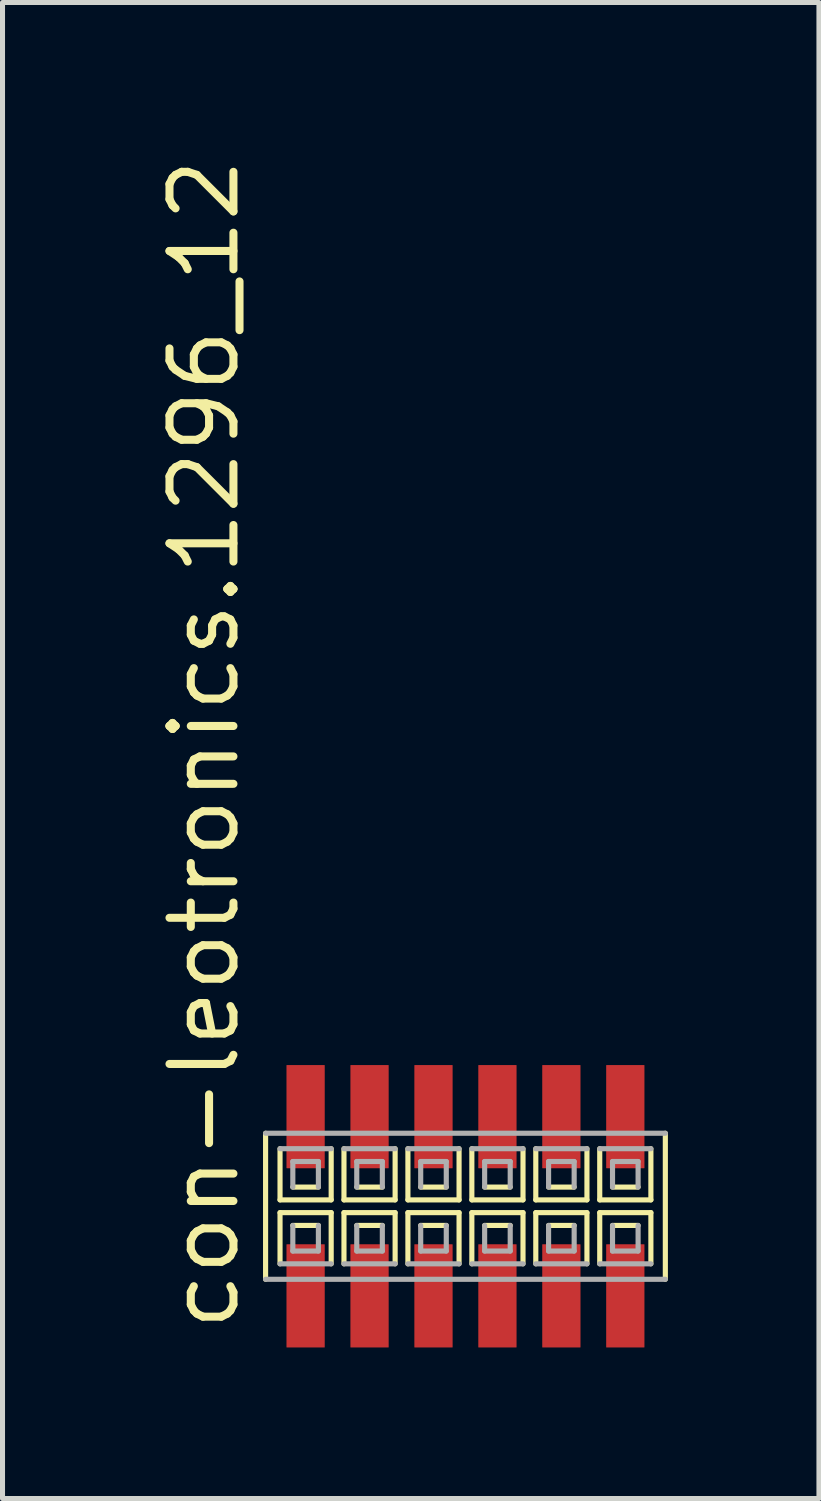
<source format=kicad_pcb>
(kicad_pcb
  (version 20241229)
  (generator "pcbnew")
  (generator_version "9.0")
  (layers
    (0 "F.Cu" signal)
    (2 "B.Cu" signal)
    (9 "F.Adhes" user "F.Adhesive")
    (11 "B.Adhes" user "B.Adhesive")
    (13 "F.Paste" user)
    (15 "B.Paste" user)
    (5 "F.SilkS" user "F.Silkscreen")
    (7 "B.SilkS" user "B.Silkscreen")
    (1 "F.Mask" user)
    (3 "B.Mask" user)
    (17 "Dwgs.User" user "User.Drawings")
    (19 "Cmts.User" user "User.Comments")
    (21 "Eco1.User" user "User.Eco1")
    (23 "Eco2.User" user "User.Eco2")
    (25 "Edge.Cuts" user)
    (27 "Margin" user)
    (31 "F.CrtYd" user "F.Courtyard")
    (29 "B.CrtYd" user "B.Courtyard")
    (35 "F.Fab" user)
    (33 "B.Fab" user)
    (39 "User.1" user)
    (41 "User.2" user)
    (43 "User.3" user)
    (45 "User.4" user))
  (footprint "con-leotronics.1296_12"
    (layer "F.Cu")
    (at 6.195 20.909)
    (property "Reference" "con-leotronics.1296_12" (at -4.445 2.54 90) (layer "F.SilkS") (effects (font (size 1.27 1.27) (thickness 0.16)) (justify left bottom)))
    (attr smd)
    (fp_line (start -3.97 -1.45) (end -3.97 1.45) (stroke (width 0.102) (type default)) (layer "F.SilkS"))
    (fp_line (start -3.683 -1.143) (end -3.683 -0.127) (stroke (width 0.102) (type default)) (layer "F.SilkS"))
    (fp_line (start -3.683 -0.127) (end -2.667 -0.127) (stroke (width 0.102) (type default)) (layer "F.SilkS"))
    (fp_line (start -3.683 0.127) (end -3.683 1.143) (stroke (width 0.102) (type default)) (layer "F.SilkS"))
    (fp_line (start -3.429 -0.381) (end -2.921 -0.381) (stroke (width 0.102) (type default)) (layer "F.SilkS"))
    (fp_line (start -2.921 0.381) (end -3.429 0.381) (stroke (width 0.102) (type default)) (layer "F.SilkS"))
    (fp_line (start -2.667 -0.127) (end -2.667 -1.143) (stroke (width 0.102) (type default)) (layer "F.SilkS"))
    (fp_line (start -2.667 0.127) (end -3.683 0.127) (stroke (width 0.102) (type default)) (layer "F.SilkS"))
    (fp_line (start -2.667 1.143) (end -2.667 0.127) (stroke (width 0.102) (type default)) (layer "F.SilkS"))
    (fp_line (start -2.413 -1.143) (end -2.413 -0.127) (stroke (width 0.102) (type default)) (layer "F.SilkS"))
    (fp_line (start -2.413 -0.127) (end -1.397 -0.127) (stroke (width 0.102) (type default)) (layer "F.SilkS"))
    (fp_line (start -2.413 0.127) (end -2.413 1.143) (stroke (width 0.102) (type default)) (layer "F.SilkS"))
    (fp_line (start -2.159 -0.381) (end -1.651 -0.381) (stroke (width 0.102) (type default)) (layer "F.SilkS"))
    (fp_line (start -1.651 0.381) (end -2.159 0.381) (stroke (width 0.102) (type default)) (layer "F.SilkS"))
    (fp_line (start -1.397 -0.127) (end -1.397 -1.143) (stroke (width 0.102) (type default)) (layer "F.SilkS"))
    (fp_line (start -1.397 0.127) (end -2.413 0.127) (stroke (width 0.102) (type default)) (layer "F.SilkS"))
    (fp_line (start -1.397 1.143) (end -1.397 0.127) (stroke (width 0.102) (type default)) (layer "F.SilkS"))
    (fp_line (start -1.143 -1.143) (end -1.143 -0.127) (stroke (width 0.102) (type default)) (layer "F.SilkS"))
    (fp_line (start -1.143 -0.127) (end -0.127 -0.127) (stroke (width 0.102) (type default)) (layer "F.SilkS"))
    (fp_line (start -1.143 0.127) (end -1.143 1.143) (stroke (width 0.102) (type default)) (layer "F.SilkS"))
    (fp_line (start -0.889 -0.381) (end -0.381 -0.381) (stroke (width 0.102) (type default)) (layer "F.SilkS"))
    (fp_line (start -0.381 0.381) (end -0.889 0.381) (stroke (width 0.102) (type default)) (layer "F.SilkS"))
    (fp_line (start -0.127 -0.127) (end -0.127 -1.143) (stroke (width 0.102) (type default)) (layer "F.SilkS"))
    (fp_line (start -0.127 0.127) (end -1.143 0.127) (stroke (width 0.102) (type default)) (layer "F.SilkS"))
    (fp_line (start -0.127 1.143) (end -0.127 0.127) (stroke (width 0.102) (type default)) (layer "F.SilkS"))
    (fp_line (start 0.127 -1.143) (end 0.127 -0.127) (stroke (width 0.102) (type default)) (layer "F.SilkS"))
    (fp_line (start 0.127 -0.127) (end 1.143 -0.127) (stroke (width 0.102) (type default)) (layer "F.SilkS"))
    (fp_line (start 0.127 0.127) (end 0.127 1.143) (stroke (width 0.102) (type default)) (layer "F.SilkS"))
    (fp_line (start 0.381 -0.381) (end 0.889 -0.381) (stroke (width 0.102) (type default)) (layer "F.SilkS"))
    (fp_line (start 0.889 0.381) (end 0.381 0.381) (stroke (width 0.102) (type default)) (layer "F.SilkS"))
    (fp_line (start 1.143 -0.127) (end 1.143 -1.143) (stroke (width 0.102) (type default)) (layer "F.SilkS"))
    (fp_line (start 1.143 0.127) (end 0.127 0.127) (stroke (width 0.102) (type default)) (layer "F.SilkS"))
    (fp_line (start 1.143 1.143) (end 1.143 0.127) (stroke (width 0.102) (type default)) (layer "F.SilkS"))
    (fp_line (start 1.397 -1.143) (end 1.397 -0.127) (stroke (width 0.102) (type default)) (layer "F.SilkS"))
    (fp_line (start 1.397 -0.127) (end 2.413 -0.127) (stroke (width 0.102) (type default)) (layer "F.SilkS"))
    (fp_line (start 1.397 0.127) (end 1.397 1.143) (stroke (width 0.102) (type default)) (layer "F.SilkS"))
    (fp_line (start 1.651 -0.381) (end 2.159 -0.381) (stroke (width 0.102) (type default)) (layer "F.SilkS"))
    (fp_line (start 2.159 0.381) (end 1.651 0.381) (stroke (width 0.102) (type default)) (layer "F.SilkS"))
    (fp_line (start 2.413 -0.127) (end 2.413 -1.143) (stroke (width 0.102) (type default)) (layer "F.SilkS"))
    (fp_line (start 2.413 0.127) (end 1.397 0.127) (stroke (width 0.102) (type default)) (layer "F.SilkS"))
    (fp_line (start 2.413 1.143) (end 2.413 0.127) (stroke (width 0.102) (type default)) (layer "F.SilkS"))
    (fp_line (start 2.667 -1.143) (end 2.667 -0.127) (stroke (width 0.102) (type default)) (layer "F.SilkS"))
    (fp_line (start 2.667 -0.127) (end 3.683 -0.127) (stroke (width 0.102) (type default)) (layer "F.SilkS"))
    (fp_line (start 2.667 0.127) (end 2.667 1.143) (stroke (width 0.102) (type default)) (layer "F.SilkS"))
    (fp_line (start 2.921 -0.381) (end 3.429 -0.381) (stroke (width 0.102) (type default)) (layer "F.SilkS"))
    (fp_line (start 3.429 0.381) (end 2.921 0.381) (stroke (width 0.102) (type default)) (layer "F.SilkS"))
    (fp_line (start 3.683 -0.127) (end 3.683 -1.143) (stroke (width 0.102) (type default)) (layer "F.SilkS"))
    (fp_line (start 3.683 0.127) (end 2.667 0.127) (stroke (width 0.102) (type default)) (layer "F.SilkS"))
    (fp_line (start 3.683 1.143) (end 3.683 0.127) (stroke (width 0.102) (type default)) (layer "F.SilkS"))
    (fp_line (start 3.97 1.45) (end 3.97 -1.45) (stroke (width 0.102) (type default)) (layer "F.SilkS"))
    (fp_line (start -3.97 1.45) (end 3.97 1.45) (stroke (width 0.102) (type default)) (layer "F.Fab"))
    (fp_line (start -3.683 1.143) (end -2.667 1.143) (stroke (width 0.102) (type default)) (layer "F.Fab"))
    (fp_line (start -3.429 -0.889) (end -3.429 -0.381) (stroke (width 0.102) (type default)) (layer "F.Fab"))
    (fp_line (start -3.429 0.381) (end -3.429 0.889) (stroke (width 0.102) (type default)) (layer "F.Fab"))
    (fp_line (start -3.429 0.889) (end -2.921 0.889) (stroke (width 0.102) (type default)) (layer "F.Fab"))
    (fp_line (start -2.921 -0.889) (end -3.429 -0.889) (stroke (width 0.102) (type default)) (layer "F.Fab"))
    (fp_line (start -2.921 -0.381) (end -2.921 -0.889) (stroke (width 0.102) (type default)) (layer "F.Fab"))
    (fp_line (start -2.921 0.889) (end -2.921 0.381) (stroke (width 0.102) (type default)) (layer "F.Fab"))
    (fp_line (start -2.667 -1.143) (end -3.683 -1.143) (stroke (width 0.102) (type default)) (layer "F.Fab"))
    (fp_line (start -2.413 1.143) (end -1.397 1.143) (stroke (width 0.102) (type default)) (layer "F.Fab"))
    (fp_line (start -2.159 -0.889) (end -2.159 -0.381) (stroke (width 0.102) (type default)) (layer "F.Fab"))
    (fp_line (start -2.159 0.381) (end -2.159 0.889) (stroke (width 0.102) (type default)) (layer "F.Fab"))
    (fp_line (start -2.159 0.889) (end -1.651 0.889) (stroke (width 0.102) (type default)) (layer "F.Fab"))
    (fp_line (start -1.651 -0.889) (end -2.159 -0.889) (stroke (width 0.102) (type default)) (layer "F.Fab"))
    (fp_line (start -1.651 -0.381) (end -1.651 -0.889) (stroke (width 0.102) (type default)) (layer "F.Fab"))
    (fp_line (start -1.651 0.889) (end -1.651 0.381) (stroke (width 0.102) (type default)) (layer "F.Fab"))
    (fp_line (start -1.397 -1.143) (end -2.413 -1.143) (stroke (width 0.102) (type default)) (layer "F.Fab"))
    (fp_line (start -1.143 1.143) (end -0.127 1.143) (stroke (width 0.102) (type default)) (layer "F.Fab"))
    (fp_line (start -0.889 -0.889) (end -0.889 -0.381) (stroke (width 0.102) (type default)) (layer "F.Fab"))
    (fp_line (start -0.889 0.381) (end -0.889 0.889) (stroke (width 0.102) (type default)) (layer "F.Fab"))
    (fp_line (start -0.889 0.889) (end -0.381 0.889) (stroke (width 0.102) (type default)) (layer "F.Fab"))
    (fp_line (start -0.381 -0.889) (end -0.889 -0.889) (stroke (width 0.102) (type default)) (layer "F.Fab"))
    (fp_line (start -0.381 -0.381) (end -0.381 -0.889) (stroke (width 0.102) (type default)) (layer "F.Fab"))
    (fp_line (start -0.381 0.889) (end -0.381 0.381) (stroke (width 0.102) (type default)) (layer "F.Fab"))
    (fp_line (start -0.127 -1.143) (end -1.143 -1.143) (stroke (width 0.102) (type default)) (layer "F.Fab"))
    (fp_line (start 0.127 1.143) (end 1.143 1.143) (stroke (width 0.102) (type default)) (layer "F.Fab"))
    (fp_line (start 0.381 -0.889) (end 0.381 -0.381) (stroke (width 0.102) (type default)) (layer "F.Fab"))
    (fp_line (start 0.381 0.381) (end 0.381 0.889) (stroke (width 0.102) (type default)) (layer "F.Fab"))
    (fp_line (start 0.381 0.889) (end 0.889 0.889) (stroke (width 0.102) (type default)) (layer "F.Fab"))
    (fp_line (start 0.889 -0.889) (end 0.381 -0.889) (stroke (width 0.102) (type default)) (layer "F.Fab"))
    (fp_line (start 0.889 -0.381) (end 0.889 -0.889) (stroke (width 0.102) (type default)) (layer "F.Fab"))
    (fp_line (start 0.889 0.889) (end 0.889 0.381) (stroke (width 0.102) (type default)) (layer "F.Fab"))
    (fp_line (start 1.143 -1.143) (end 0.127 -1.143) (stroke (width 0.102) (type default)) (layer "F.Fab"))
    (fp_line (start 1.397 1.143) (end 2.413 1.143) (stroke (width 0.102) (type default)) (layer "F.Fab"))
    (fp_line (start 1.651 -0.889) (end 1.651 -0.381) (stroke (width 0.102) (type default)) (layer "F.Fab"))
    (fp_line (start 1.651 0.381) (end 1.651 0.889) (stroke (width 0.102) (type default)) (layer "F.Fab"))
    (fp_line (start 1.651 0.889) (end 2.159 0.889) (stroke (width 0.102) (type default)) (layer "F.Fab"))
    (fp_line (start 2.159 -0.889) (end 1.651 -0.889) (stroke (width 0.102) (type default)) (layer "F.Fab"))
    (fp_line (start 2.159 -0.381) (end 2.159 -0.889) (stroke (width 0.102) (type default)) (layer "F.Fab"))
    (fp_line (start 2.159 0.889) (end 2.159 0.381) (stroke (width 0.102) (type default)) (layer "F.Fab"))
    (fp_line (start 2.413 -1.143) (end 1.397 -1.143) (stroke (width 0.102) (type default)) (layer "F.Fab"))
    (fp_line (start 2.667 1.143) (end 3.683 1.143) (stroke (width 0.102) (type default)) (layer "F.Fab"))
    (fp_line (start 2.921 -0.889) (end 2.921 -0.381) (stroke (width 0.102) (type default)) (layer "F.Fab"))
    (fp_line (start 2.921 0.381) (end 2.921 0.889) (stroke (width 0.102) (type default)) (layer "F.Fab"))
    (fp_line (start 2.921 0.889) (end 3.429 0.889) (stroke (width 0.102) (type default)) (layer "F.Fab"))
    (fp_line (start 3.429 -0.889) (end 2.921 -0.889) (stroke (width 0.102) (type default)) (layer "F.Fab"))
    (fp_line (start 3.429 -0.381) (end 3.429 -0.889) (stroke (width 0.102) (type default)) (layer "F.Fab"))
    (fp_line (start 3.429 0.889) (end 3.429 0.381) (stroke (width 0.102) (type default)) (layer "F.Fab"))
    (fp_line (start 3.683 -1.143) (end 2.667 -1.143) (stroke (width 0.102) (type default)) (layer "F.Fab"))
    (fp_line (start 3.97 -1.45) (end -3.97 -1.45) (stroke (width 0.102) (type default)) (layer "F.Fab"))
    (pad "1" smd roundrect (at -3.175 1.78) (size 0.76 2.05) (layers "F.Cu" "F.Mask" "F.Paste") (roundrect_rratio 0.01))
    (pad "2" smd roundrect (at -3.175 -1.78) (size 0.76 2.05) (layers "F.Cu" "F.Mask" "F.Paste") (roundrect_rratio 0.01))
    (pad "3" smd roundrect (at -1.905 1.78) (size 0.76 2.05) (layers "F.Cu" "F.Mask" "F.Paste") (roundrect_rratio 0.01))
    (pad "4" smd roundrect (at -1.905 -1.78) (size 0.76 2.05) (layers "F.Cu" "F.Mask" "F.Paste") (roundrect_rratio 0.01))
    (pad "5" smd roundrect (at -0.635 1.78) (size 0.76 2.05) (layers "F.Cu" "F.Mask" "F.Paste") (roundrect_rratio 0.01))
    (pad "6" smd roundrect (at -0.635 -1.78) (size 0.76 2.05) (layers "F.Cu" "F.Mask" "F.Paste") (roundrect_rratio 0.01))
    (pad "7" smd roundrect (at 0.635 1.78) (size 0.76 2.05) (layers "F.Cu" "F.Mask" "F.Paste") (roundrect_rratio 0.01))
    (pad "8" smd roundrect (at 0.635 -1.78) (size 0.76 2.05) (layers "F.Cu" "F.Mask" "F.Paste") (roundrect_rratio 0.01))
    (pad "9" smd roundrect (at 1.905 1.78) (size 0.76 2.05) (layers "F.Cu" "F.Mask" "F.Paste") (roundrect_rratio 0.01))
    (pad "10" smd roundrect (at 1.905 -1.78) (size 0.76 2.05) (layers "F.Cu" "F.Mask" "F.Paste") (roundrect_rratio 0.01))
    (pad "11" smd roundrect (at 3.175 1.78) (size 0.76 2.05) (layers "F.Cu" "F.Mask" "F.Paste") (roundrect_rratio 0.01))
    (pad "12" smd roundrect (at 3.175 -1.78) (size 0.76 2.05) (layers "F.Cu" "F.Mask" "F.Paste") (roundrect_rratio 0.01)))
  (gr_rect
    (start -3 -3)
    (end 13.216 26.714)
    (stroke (width 0.1) (type default))
    (fill no)
    (layer "Edge.Cuts")))
</source>
